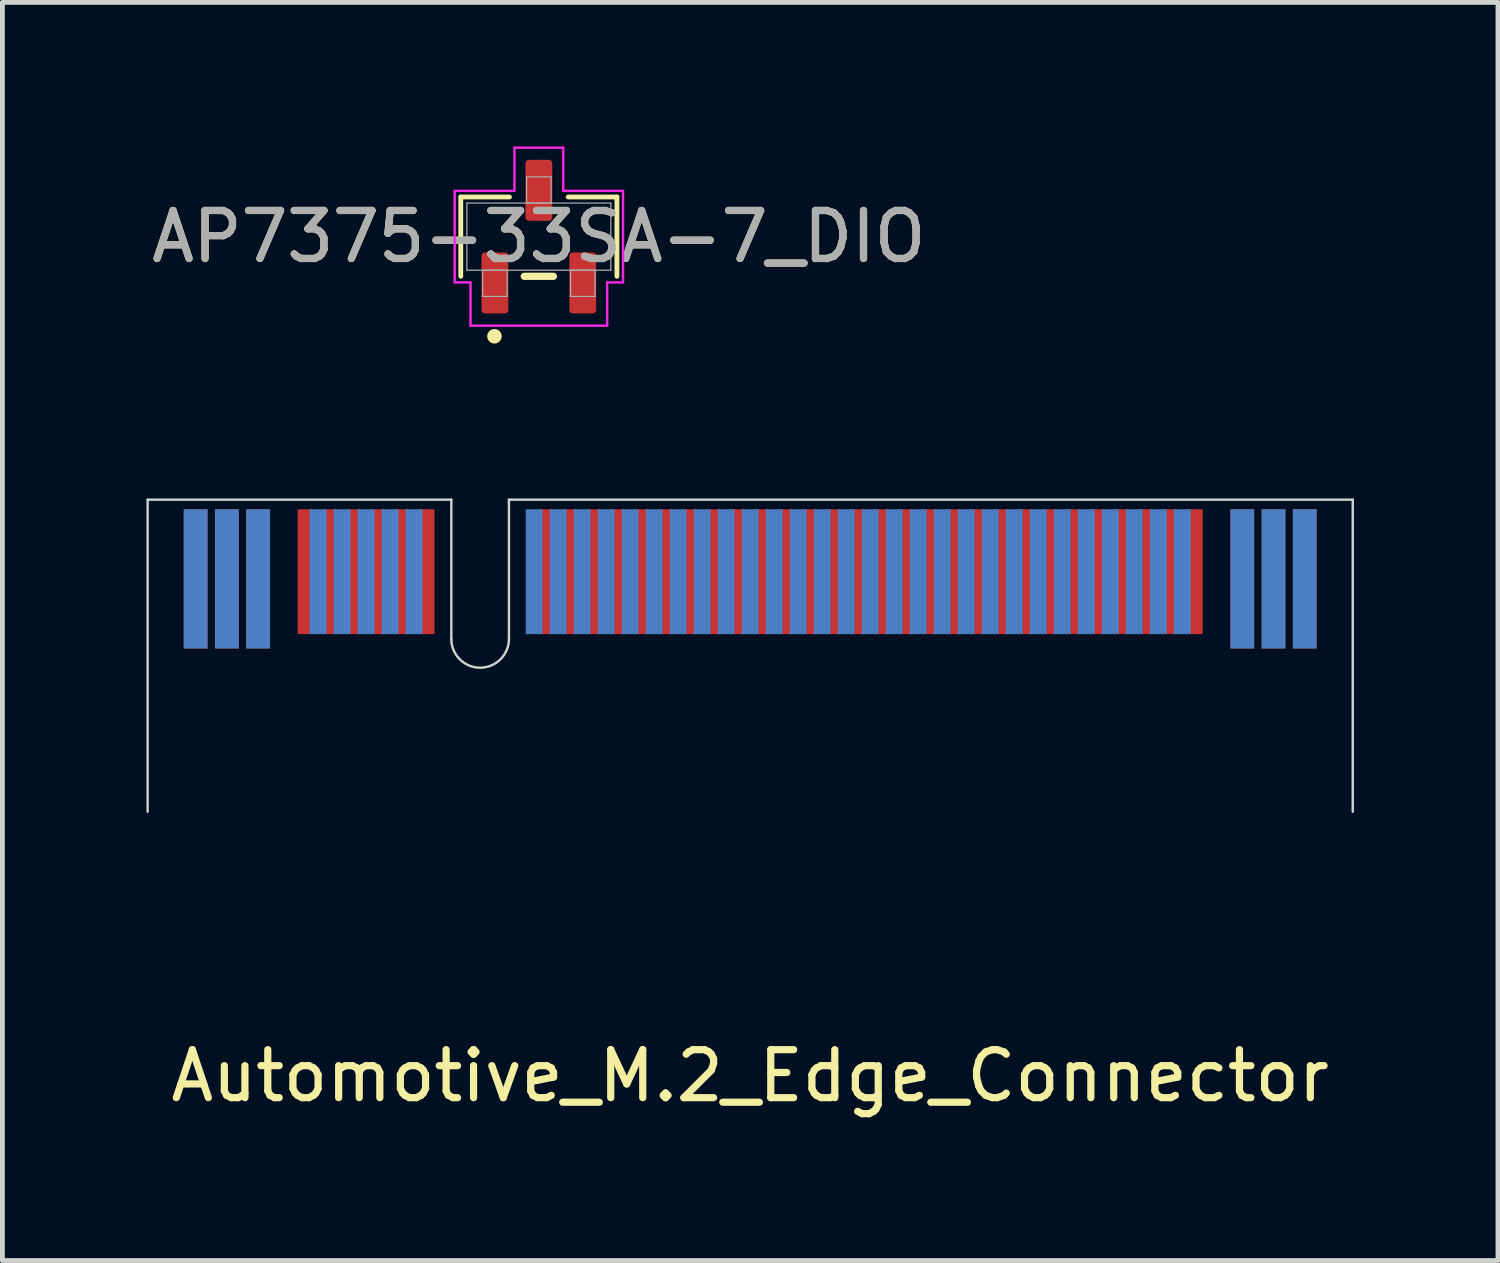
<source format=kicad_pcb>
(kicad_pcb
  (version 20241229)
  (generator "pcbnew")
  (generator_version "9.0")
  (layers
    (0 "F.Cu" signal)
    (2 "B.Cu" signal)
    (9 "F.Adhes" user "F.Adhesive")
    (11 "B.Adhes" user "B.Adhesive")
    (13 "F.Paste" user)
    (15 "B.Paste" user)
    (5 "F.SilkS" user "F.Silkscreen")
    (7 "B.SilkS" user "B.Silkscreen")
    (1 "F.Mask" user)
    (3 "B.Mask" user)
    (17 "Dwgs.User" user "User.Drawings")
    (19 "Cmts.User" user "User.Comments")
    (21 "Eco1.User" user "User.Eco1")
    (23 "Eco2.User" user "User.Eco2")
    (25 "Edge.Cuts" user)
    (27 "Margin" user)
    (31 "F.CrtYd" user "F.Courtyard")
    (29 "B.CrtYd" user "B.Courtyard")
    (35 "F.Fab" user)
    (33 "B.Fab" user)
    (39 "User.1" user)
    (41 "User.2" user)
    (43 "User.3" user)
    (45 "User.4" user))
  (footprint "AP7375-33SA-7_DIO"
    (layer "F.Cu")
    (at 8.173 1.879)
    (property "Reference" "AP7375-33SA-7_DIO" (at 0 0 0) (unlocked yes) (layer "F.SilkS") (effects (font (size 1 1) (thickness 0.15))))
    (attr smd)
    (fp_line (start -1.626 -0.826) (end -1.626 0.826) (stroke (width 0.1) (type solid)) (layer "F.SilkS"))
    (fp_line (start -0.612 -0.826) (end -1.626 -0.826) (stroke (width 0.1) (type solid)) (layer "F.SilkS"))
    (fp_line (start -0.303 0.826) (end 0.303 0.826) (stroke (width 0.152) (type solid)) (layer "F.SilkS"))
    (fp_line (start 1.626 -0.826) (end 0.612 -0.826) (stroke (width 0.1) (type solid)) (layer "F.SilkS"))
    (fp_line (start 1.626 0.826) (end 1.626 -0.826) (stroke (width 0.1) (type solid)) (layer "F.SilkS"))
    (fp_circle (center -0.925 2.075) (end -0.849 2.075) (stroke (width 0.152) (type solid)) (fill no) (layer "F.SilkS"))
    (fp_line (start -1.753 -0.953) (end -0.508 -0.953) (stroke (width 0.05) (type solid)) (layer "F.CrtYd"))
    (fp_line (start -1.753 0.953) (end -1.753 -0.953) (stroke (width 0.05) (type solid)) (layer "F.CrtYd"))
    (fp_line (start -1.753 0.953) (end -1.423 0.953) (stroke (width 0.05) (type solid)) (layer "F.CrtYd"))
    (fp_line (start -1.423 0.953) (end -1.423 1.854) (stroke (width 0.05) (type solid)) (layer "F.CrtYd"))
    (fp_line (start -1.423 1.854) (end 1.423 1.854) (stroke (width 0.05) (type solid)) (layer "F.CrtYd"))
    (fp_line (start -0.508 -1.854) (end 0.508 -1.854) (stroke (width 0.05) (type solid)) (layer "F.CrtYd"))
    (fp_line (start -0.508 -0.953) (end -0.508 -1.854) (stroke (width 0.05) (type solid)) (layer "F.CrtYd"))
    (fp_line (start 0.508 -0.953) (end 0.508 -1.854) (stroke (width 0.05) (type solid)) (layer "F.CrtYd"))
    (fp_line (start 1.423 0.953) (end 1.423 1.854) (stroke (width 0.05) (type solid)) (layer "F.CrtYd"))
    (fp_line (start 1.753 -0.953) (end 0.508 -0.953) (stroke (width 0.05) (type solid)) (layer "F.CrtYd"))
    (fp_line (start 1.753 -0.953) (end 1.753 0.953) (stroke (width 0.05) (type solid)) (layer "F.CrtYd"))
    (fp_line (start 1.753 0.953) (end 1.423 0.953) (stroke (width 0.05) (type solid)) (layer "F.CrtYd"))
    (fp_line (start -1.499 -0.699) (end -1.499 0.699) (stroke (width 0.025) (type solid)) (layer "F.Fab"))
    (fp_line (start -1.499 0.699) (end 1.499 0.699) (stroke (width 0.025) (type solid)) (layer "F.Fab"))
    (fp_line (start -1.169 0.699) (end -1.169 1.245) (stroke (width 0.025) (type solid)) (layer "F.Fab"))
    (fp_line (start -1.169 1.245) (end -0.661 1.245) (stroke (width 0.025) (type solid)) (layer "F.Fab"))
    (fp_line (start -0.661 0.699) (end -1.169 0.699) (stroke (width 0.025) (type solid)) (layer "F.Fab"))
    (fp_line (start -0.661 1.245) (end -0.661 0.699) (stroke (width 0.025) (type solid)) (layer "F.Fab"))
    (fp_line (start -0.254 -1.245) (end -0.254 -0.699) (stroke (width 0.025) (type solid)) (layer "F.Fab"))
    (fp_line (start -0.254 -0.699) (end 0.254 -0.699) (stroke (width 0.025) (type solid)) (layer "F.Fab"))
    (fp_line (start 0.254 -1.245) (end -0.254 -1.245) (stroke (width 0.025) (type solid)) (layer "F.Fab"))
    (fp_line (start 0.254 -0.699) (end 0.254 -1.245) (stroke (width 0.025) (type solid)) (layer "F.Fab"))
    (fp_line (start 0.661 0.699) (end 0.661 1.245) (stroke (width 0.025) (type solid)) (layer "F.Fab"))
    (fp_line (start 0.661 1.245) (end 1.169 1.245) (stroke (width 0.025) (type solid)) (layer "F.Fab"))
    (fp_line (start 1.169 0.699) (end 0.661 0.699) (stroke (width 0.025) (type solid)) (layer "F.Fab"))
    (fp_line (start 1.169 1.245) (end 1.169 0.699) (stroke (width 0.025) (type solid)) (layer "F.Fab"))
    (fp_line (start 1.499 -0.699) (end -1.499 -0.699) (stroke (width 0.025) (type solid)) (layer "F.Fab"))
    (fp_line (start 1.499 0.699) (end 1.499 -0.699) (stroke (width 0.025) (type solid)) (layer "F.Fab"))
    (fp_circle (center -0.915 0.445) (end -0.839 0.445) (stroke (width 0.025) (type solid)) (fill no) (layer "F.Fab"))
    (fp_text user "${REFERENCE}" (at 0 0 0) (unlocked yes) (layer "F.Fab") (effects (font (size 1 1) (thickness 0.15))))
    (pad "1" smd roundrect (at -0.915 0.965) (size 0.559 1.27) (layers "F.Cu" "F.Mask" "F.Paste") (roundrect_rratio 0.125))
    (pad "2" smd roundrect (at 0.915 0.965) (size 0.559 1.27) (layers "F.Cu" "F.Mask" "F.Paste") (roundrect_rratio 0.125))
    (pad "3" smd roundrect (at 0 -0.965) (size 0.559 1.27) (layers "F.Cu" "F.Mask" "F.Paste") (roundrect_rratio 0.125)))
  (footprint "Automotive_M.2_Edge_Connector"
    (layer "F.Cu")
    (at 12.575 7.357)
    (property "Reference" "Automotive_M.2_Edge_Connector" (at 0 12 0) (unlocked yes) (layer "F.SilkS") (effects (font (size 1 1) (thickness 0.15))))
    (attr smd)
    (fp_rect (start -12.573 2.794) (end 12.548 0) (stroke (width 0) (type solid)) (fill yes) (layer "F.Mask"))
    (fp_rect (start -12.548 2.794) (end 12.548 0) (stroke (width 0) (type solid)) (fill yes) (layer "B.Mask"))
    (fp_line (start -12.55 0) (end -12.55 6.5) (stroke (width 0.05) (type solid)) (layer "Edge.Cuts"))
    (fp_line (start -12.55 0) (end -6.225 0) (stroke (width 0.05) (type solid)) (layer "Edge.Cuts"))
    (fp_line (start -6.225 2.9) (end -6.225 0) (stroke (width 0.05) (type solid)) (layer "Edge.Cuts"))
    (fp_line (start -5.025 0) (end 12.55 0) (stroke (width 0.05) (type solid)) (layer "Edge.Cuts"))
    (fp_line (start -5.025 2.9) (end -5.025 0) (stroke (width 0.05) (type solid)) (layer "Edge.Cuts"))
    (fp_line (start 12.55 0) (end 12.55 6.5) (stroke (width 0.05) (type solid)) (layer "Edge.Cuts"))
    (fp_arc (start -5.025 2.9) (mid -5.625 3.5) (end -6.225 2.9) (stroke (width 0.05) (type solid)) (layer "Edge.Cuts"))
    (pad "4" connect rect (at -9.25 1.5) (size 0.35 2.6) (layers "F.Cu" "F.Mask"))
    (pad "5" connect rect (at -8.75 1.5) (size 0.35 2.6) (layers "F.Cu" "F.Mask"))
    (pad "6" connect rect (at -8.25 1.5) (size 0.35 2.6) (layers "F.Cu" "F.Mask"))
    (pad "7" connect rect (at -7.75 1.5) (size 0.35 2.6) (layers "F.Cu" "F.Mask"))
    (pad "8" connect rect (at -7.25 1.5) (size 0.35 2.6) (layers "F.Cu" "F.Mask"))
    (pad "9" connect rect (at -6.75 1.5) (size 0.35 2.6) (layers "F.Cu" "F.Mask"))
    (pad "10" connect rect (at -4.25 1.5) (size 0.35 2.6) (layers "F.Cu" "F.Mask"))
    (pad "11" connect rect (at -3.75 1.5) (size 0.35 2.6) (layers "F.Cu" "F.Mask"))
    (pad "12" connect rect (at -3.25 1.5) (size 0.35 2.6) (layers "F.Cu" "F.Mask"))
    (pad "13" connect rect (at -2.75 1.5) (size 0.35 2.6) (layers "F.Cu" "F.Mask"))
    (pad "14" connect rect (at -2.25 1.5) (size 0.35 2.6) (layers "F.Cu" "F.Mask"))
    (pad "15" connect rect (at -1.75 1.5) (size 0.35 2.6) (layers "F.Cu" "F.Mask"))
    (pad "16" connect rect (at -1.25 1.5) (size 0.35 2.6) (layers "F.Cu" "F.Mask"))
    (pad "17" connect rect (at -0.75 1.5) (size 0.35 2.6) (layers "F.Cu" "F.Mask"))
    (pad "18" connect rect (at -0.25 1.5) (size 0.35 2.6) (layers "F.Cu" "F.Mask"))
    (pad "19" connect rect (at 0.25 1.5) (size 0.35 2.6) (layers "F.Cu" "F.Mask"))
    (pad "20" connect rect (at 0.75 1.5) (size 0.35 2.6) (layers "F.Cu" "F.Mask"))
    (pad "21" connect rect (at 1.25 1.5) (size 0.35 2.6) (layers "F.Cu" "F.Mask"))
    (pad "22" connect rect (at 1.75 1.5) (size 0.35 2.6) (layers "F.Cu" "F.Mask"))
    (pad "23" connect rect (at 2.25 1.5) (size 0.35 2.6) (layers "F.Cu" "F.Mask"))
    (pad "24" connect rect (at 2.75 1.5) (size 0.35 2.6) (layers "F.Cu" "F.Mask"))
    (pad "25" connect rect (at 3.25 1.5) (size 0.35 2.6) (layers "F.Cu" "F.Mask"))
    (pad "26" connect rect (at 3.75 1.5) (size 0.35 2.6) (layers "F.Cu" "F.Mask"))
    (pad "27" connect rect (at 4.25 1.5) (size 0.35 2.6) (layers "F.Cu" "F.Mask"))
    (pad "28" connect rect (at 4.75 1.5) (size 0.35 2.6) (layers "F.Cu" "F.Mask"))
    (pad "29" connect rect (at 5.25 1.5) (size 0.35 2.6) (layers "F.Cu" "F.Mask"))
    (pad "30" connect rect (at 5.75 1.5) (size 0.35 2.6) (layers "F.Cu" "F.Mask"))
    (pad "31" connect rect (at 6.25 1.5) (size 0.35 2.6) (layers "F.Cu" "F.Mask"))
    (pad "32" connect rect (at 6.75 1.5) (size 0.35 2.6) (layers "F.Cu" "F.Mask"))
    (pad "33" connect rect (at 7.25 1.5) (size 0.35 2.6) (layers "F.Cu" "F.Mask"))
    (pad "34" connect rect (at 7.75 1.5) (size 0.35 2.6) (layers "F.Cu" "F.Mask"))
    (pad "35" connect rect (at 8.25 1.5) (size 0.35 2.6) (layers "F.Cu" "F.Mask"))
    (pad "36" connect rect (at 8.75 1.5) (size 0.35 2.6) (layers "F.Cu" "F.Mask"))
    (pad "37" connect rect (at 9.25 1.5) (size 0.35 2.6) (layers "F.Cu" "F.Mask"))
    (pad "41" connect rect (at -9 1.5) (size 0.35 2.6) (layers "B.Cu" "B.Mask"))
    (pad "42" connect rect (at -8.5 1.5) (size 0.35 2.6) (layers "B.Cu" "B.Mask"))
    (pad "43" connect rect (at -8 1.5) (size 0.35 2.6) (layers "B.Cu" "B.Mask"))
    (pad "44" connect rect (at -7.5 1.5) (size 0.35 2.6) (layers "B.Cu" "B.Mask"))
    (pad "45" connect rect (at -7 1.5) (size 0.35 2.6) (layers "B.Cu" "B.Mask"))
    (pad "46" connect rect (at -4.5 1.5) (size 0.35 2.6) (layers "B.Cu" "B.Mask"))
    (pad "47" connect rect (at -4 1.5) (size 0.35 2.6) (layers "B.Cu" "B.Mask"))
    (pad "48" connect rect (at -3.5 1.5) (size 0.35 2.6) (layers "B.Cu" "B.Mask"))
    (pad "49" connect rect (at -3 1.5) (size 0.35 2.6) (layers "B.Cu" "B.Mask"))
    (pad "50" connect rect (at -2.5 1.5) (size 0.35 2.6) (layers "B.Cu" "B.Mask"))
    (pad "51" connect rect (at -2 1.5) (size 0.35 2.6) (layers "B.Cu" "B.Mask"))
    (pad "52" connect rect (at -1.5 1.5) (size 0.35 2.6) (layers "B.Cu" "B.Mask"))
    (pad "53" connect rect (at -1 1.5) (size 0.35 2.6) (layers "B.Cu" "B.Mask"))
    (pad "54" connect rect (at -0.5 1.5) (size 0.35 2.6) (layers "B.Cu" "B.Mask"))
    (pad "55" connect rect (at 0 1.5) (size 0.35 2.6) (layers "B.Cu" "B.Mask"))
    (pad "56" connect rect (at 0.5 1.5) (size 0.35 2.6) (layers "B.Cu" "B.Mask"))
    (pad "57" connect rect (at 1 1.5) (size 0.35 2.6) (layers "B.Cu" "B.Mask"))
    (pad "58" connect rect (at 1.5 1.5) (size 0.35 2.6) (layers "B.Cu" "B.Mask"))
    (pad "59" connect rect (at 2 1.5) (size 0.35 2.6) (layers "B.Cu" "B.Mask"))
    (pad "60" connect rect (at 2.5 1.5) (size 0.35 2.6) (layers "B.Cu" "B.Mask"))
    (pad "61" connect rect (at 3 1.5) (size 0.35 2.6) (layers "B.Cu" "B.Mask"))
    (pad "62" connect rect (at 3.5 1.5) (size 0.35 2.6) (layers "B.Cu" "B.Mask"))
    (pad "63" connect rect (at 4 1.5) (size 0.35 2.6) (layers "B.Cu" "B.Mask"))
    (pad "64" connect rect (at 4.5 1.5) (size 0.35 2.6) (layers "B.Cu" "B.Mask"))
    (pad "65" connect rect (at 5 1.5) (size 0.35 2.6) (layers "B.Cu" "B.Mask"))
    (pad "66" connect rect (at 5.5 1.5) (size 0.35 2.6) (layers "B.Cu" "B.Mask"))
    (pad "67" connect rect (at 6 1.5) (size 0.35 2.6) (layers "B.Cu" "B.Mask"))
    (pad "68" connect rect (at 6.5 1.5) (size 0.35 2.6) (layers "B.Cu" "B.Mask"))
    (pad "69" connect rect (at 7 1.5) (size 0.35 2.6) (layers "B.Cu" "B.Mask"))
    (pad "70" connect rect (at 7.5 1.5) (size 0.35 2.6) (layers "B.Cu" "B.Mask"))
    (pad "71" connect rect (at 8 1.5) (size 0.35 2.6) (layers "B.Cu" "B.Mask"))
    (pad "72" connect rect (at 8.5 1.5) (size 0.35 2.6) (layers "B.Cu" "B.Mask"))
    (pad "73" connect rect (at 9 1.5) (size 0.35 2.6) (layers "B.Cu" "B.Mask"))
    (pad "P1" connect rect (at -11.55 1.65) (size 0.495 2.9) (layers "F.Cu" "F.Mask"))
    (pad "P1" connect rect (at -11.55 1.65) (size 0.495 2.9) (layers "B.Cu" "B.Mask"))
    (pad "P2" connect rect (at -10.9 1.65) (size 0.495 2.9) (layers "F.Cu" "F.Mask"))
    (pad "P2" connect rect (at -10.9 1.65) (size 0.495 2.9) (layers "B.Cu" "B.Mask"))
    (pad "P3" connect rect (at -10.25 1.65) (size 0.495 2.9) (layers "F.Cu" "F.Mask"))
    (pad "P3" connect rect (at -10.25 1.65) (size 0.495 2.9) (layers "B.Cu" "B.Mask"))
    (pad "P38" connect rect (at 10.25 1.65) (size 0.495 2.9) (layers "F.Cu" "F.Mask"))
    (pad "P38" connect rect (at 10.25 1.65) (size 0.495 2.9) (layers "B.Cu" "B.Mask"))
    (pad "P39" connect rect (at 10.9 1.65) (size 0.495 2.9) (layers "F.Cu" "F.Mask"))
    (pad "P39" connect rect (at 10.9 1.65) (size 0.495 2.9) (layers "B.Cu" "B.Mask"))
    (pad "P40" connect rect (at 11.55 1.65) (size 0.495 2.9) (layers "F.Cu" "F.Mask"))
    (pad "P40" connect rect (at 11.55 1.65) (size 0.495 2.9) (layers "B.Cu" "B.Mask"))
    (zone (net_name "") (layers "F.Cu" "B.Cu") (hatch full 0.508) (connect_pads) (min_thickness 0.254) (filled_areas_thickness no) (keepout (tracks allowed) (vias allowed) (pads allowed) (copperpour allowed) (footprints not_allowed)) (placement (enabled no)) (fill) (polygon (pts (xy 25.125 12.357) (xy 21.575 12.357) (xy 3.575 12.357) (xy 0.025 12.357) (xy 0.025 7.357) (xy 25.125 7.357)))))
  (gr_rect
    (start -3 -3)
    (end 28.15 23.205)
    (stroke (width 0.1) (type default))
    (fill no)
    (layer "Edge.Cuts")))
</source>
